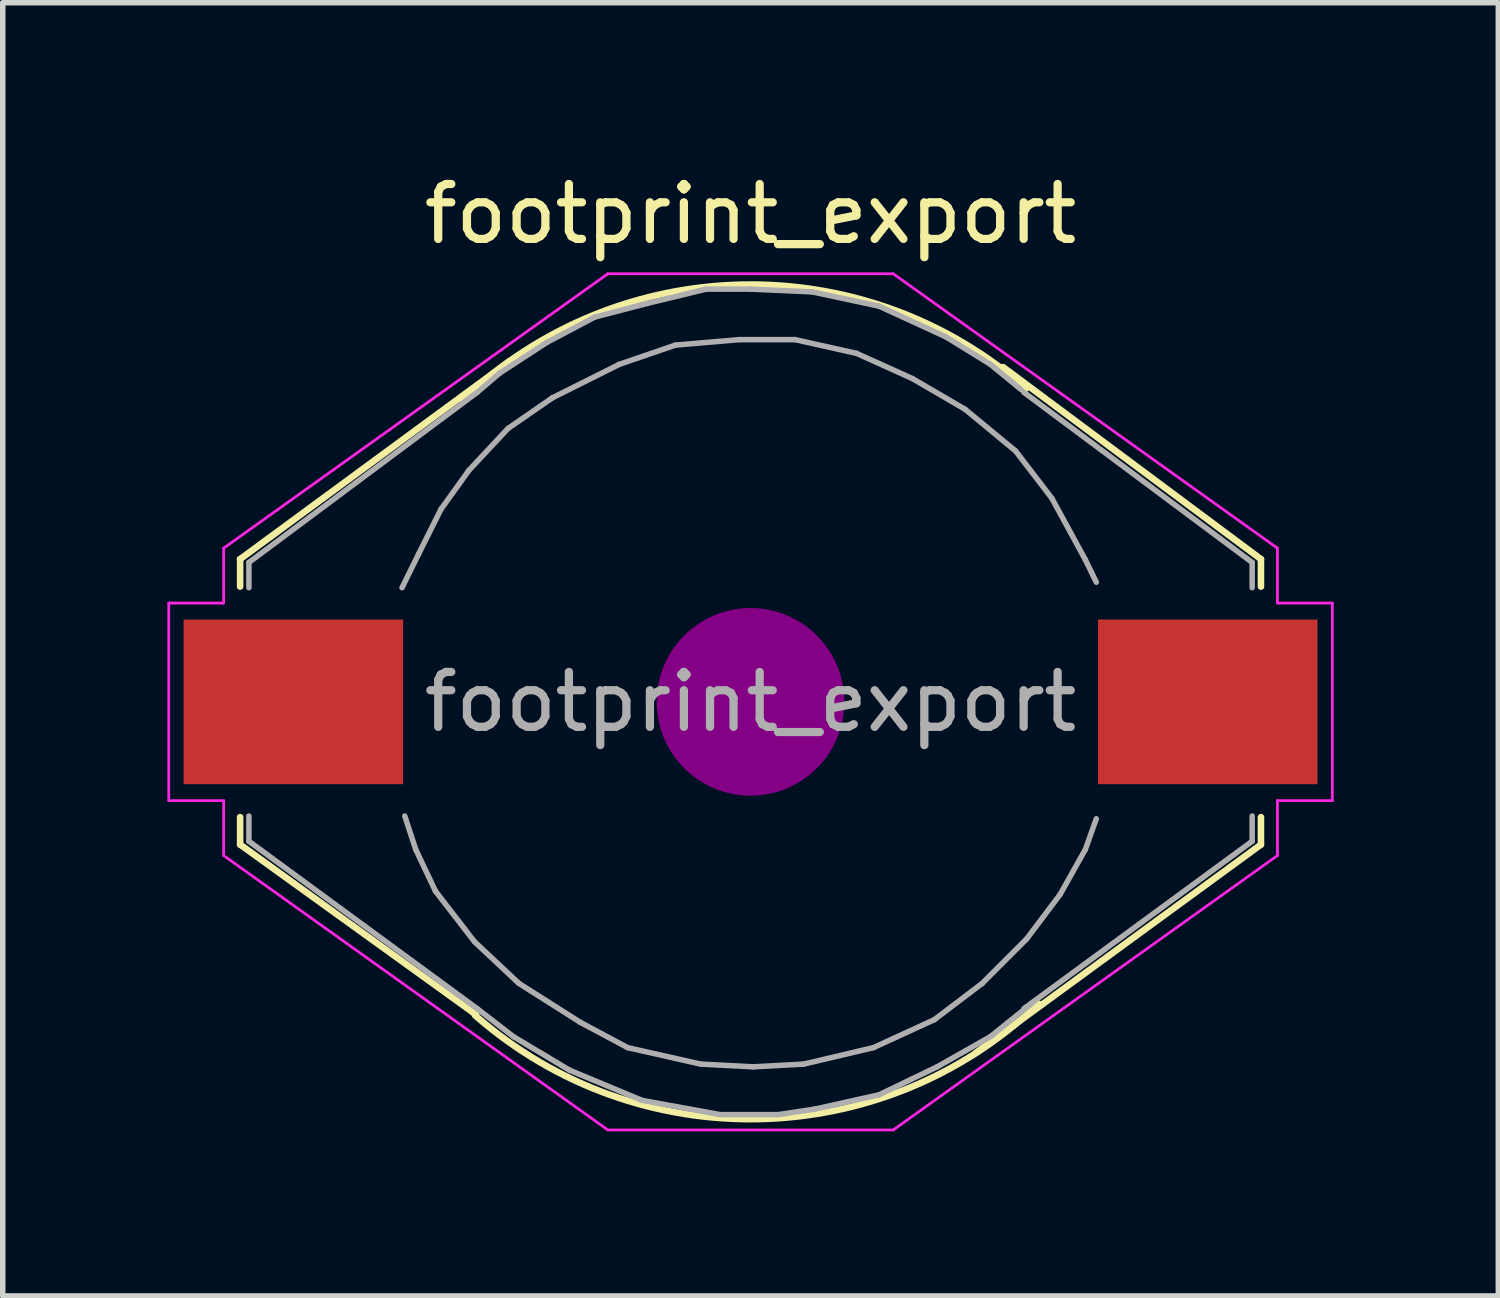
<source format=kicad_pcb>
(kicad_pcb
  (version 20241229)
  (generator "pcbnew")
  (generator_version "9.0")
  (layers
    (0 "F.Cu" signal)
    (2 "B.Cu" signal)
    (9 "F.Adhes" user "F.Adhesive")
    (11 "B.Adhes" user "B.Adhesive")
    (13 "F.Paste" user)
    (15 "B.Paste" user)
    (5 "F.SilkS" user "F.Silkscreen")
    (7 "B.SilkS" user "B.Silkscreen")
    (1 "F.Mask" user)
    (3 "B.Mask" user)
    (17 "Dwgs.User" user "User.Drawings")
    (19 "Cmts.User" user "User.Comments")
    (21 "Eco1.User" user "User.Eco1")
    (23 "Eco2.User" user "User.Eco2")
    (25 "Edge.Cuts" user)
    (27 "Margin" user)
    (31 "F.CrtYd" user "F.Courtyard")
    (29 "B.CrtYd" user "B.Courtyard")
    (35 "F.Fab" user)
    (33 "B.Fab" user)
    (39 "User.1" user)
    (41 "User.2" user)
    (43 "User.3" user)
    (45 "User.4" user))
  (footprint "footprint_export"
    (layer "F.Cu")
    (at 10.625 9.738)
    (property "Reference" "footprint_export" (at 0 -8.89 0) (layer "F.SilkS") (effects (font (size 1 1) (thickness 0.15))))
    (attr smd)
    (fp_line (start -9.3 -2.6) (end -9.3 -2.1) (stroke (width 0.12) (type solid)) (layer "F.SilkS"))
    (fp_line (start -9.3 -2.6) (end -4.4 -6.2) (stroke (width 0.12) (type solid)) (layer "F.SilkS"))
    (fp_line (start -9.3 2.6) (end -9.3 2.1) (stroke (width 0.12) (type solid)) (layer "F.SilkS"))
    (fp_line (start -5 5.7) (end -9.3 2.6) (stroke (width 0.12) (type solid)) (layer "F.SilkS"))
    (fp_line (start 4.1 6.4) (end 9.3 2.6) (stroke (width 0.12) (type solid)) (layer "F.SilkS"))
    (fp_line (start 4.6 -6.1) (end 9.3 -2.6) (stroke (width 0.12) (type solid)) (layer "F.SilkS"))
    (fp_line (start 9.3 -2.6) (end 9.3 -2.1) (stroke (width 0.12) (type solid)) (layer "F.SilkS"))
    (fp_line (start 9.3 2.6) (end 9.3 2.1) (stroke (width 0.12) (type solid)) (layer "F.SilkS"))
    (fp_arc (start -5.25 -5.5) (mid -0.15496 -7.601874) (end 5.021503 -5.709379) (stroke (width 0.12) (type solid)) (layer "F.SilkS"))
    (fp_arc (start 5.25 5.5) (mid 0.15496 7.601874) (end -5.021503 5.709379) (stroke (width 0.12) (type solid)) (layer "F.SilkS"))
    (fp_line (start 0 -0.25) (end 0 0.25) (stroke (width 0.38) (type solid)) (layer "F.Adhes"))
    (fp_circle (center 0 0) (end 0 0.25) (stroke (width 0.38) (type solid)) (fill no) (layer "F.Adhes"))
    (fp_circle (center 0 0) (end 0 0.51) (stroke (width 0.38) (type solid)) (fill no) (layer "F.Adhes"))
    (fp_circle (center 0 0) (end 0 0.76) (stroke (width 0.38) (type solid)) (fill no) (layer "F.Adhes"))
    (fp_circle (center 0 0) (end 0 1.02) (stroke (width 0.38) (type solid)) (fill no) (layer "F.Adhes"))
    (fp_circle (center 0 0) (end 0 1.27) (stroke (width 0.38) (type solid)) (fill no) (layer "F.Adhes"))
    (fp_circle (center 0 0) (end 0 1.52) (stroke (width 0.38) (type solid)) (fill no) (layer "F.Adhes"))
    (fp_line (start -10.6 -1.8) (end -9.6 -1.8) (stroke (width 0.05) (type solid)) (layer "F.CrtYd"))
    (fp_line (start -10.6 1.8) (end -10.6 -1.8) (stroke (width 0.05) (type solid)) (layer "F.CrtYd"))
    (fp_line (start -9.6 -2.8) (end -2.6 -7.8) (stroke (width 0.05) (type solid)) (layer "F.CrtYd"))
    (fp_line (start -9.6 -1.8) (end -9.6 -2.8) (stroke (width 0.05) (type solid)) (layer "F.CrtYd"))
    (fp_line (start -9.6 1.8) (end -10.6 1.8) (stroke (width 0.05) (type solid)) (layer "F.CrtYd"))
    (fp_line (start -9.6 2.8) (end -9.6 1.8) (stroke (width 0.05) (type solid)) (layer "F.CrtYd"))
    (fp_line (start -2.6 -7.8) (end 2.6 -7.8) (stroke (width 0.05) (type solid)) (layer "F.CrtYd"))
    (fp_line (start -2.6 7.8) (end -9.6 2.8) (stroke (width 0.05) (type solid)) (layer "F.CrtYd"))
    (fp_line (start 2.6 -7.8) (end 9.6 -2.8) (stroke (width 0.05) (type solid)) (layer "F.CrtYd"))
    (fp_line (start 2.6 7.8) (end -2.6 7.8) (stroke (width 0.05) (type solid)) (layer "F.CrtYd"))
    (fp_line (start 9.6 -2.8) (end 9.6 -1.8) (stroke (width 0.05) (type solid)) (layer "F.CrtYd"))
    (fp_line (start 9.6 -1.8) (end 10.6 -1.8) (stroke (width 0.05) (type solid)) (layer "F.CrtYd"))
    (fp_line (start 9.6 1.8) (end 9.6 2.8) (stroke (width 0.05) (type solid)) (layer "F.CrtYd"))
    (fp_line (start 9.6 2.8) (end 2.6 7.8) (stroke (width 0.05) (type solid)) (layer "F.CrtYd"))
    (fp_line (start 10.6 -1.8) (end 10.6 1.8) (stroke (width 0.05) (type solid)) (layer "F.CrtYd"))
    (fp_line (start 10.6 1.8) (end 9.6 1.8) (stroke (width 0.05) (type solid)) (layer "F.CrtYd"))
    (fp_line (start -9.14 -2.54) (end -4.98 -5.64) (stroke (width 0.1) (type solid)) (layer "F.Fab"))
    (fp_line (start -9.14 -2.08) (end -9.14 -2.54) (stroke (width 0.1) (type solid)) (layer "F.Fab"))
    (fp_line (start -9.14 2.08) (end -9.14 2.54) (stroke (width 0.1) (type solid)) (layer "F.Fab"))
    (fp_line (start -9.14 2.54) (end -4.98 5.59) (stroke (width 0.1) (type solid)) (layer "F.Fab"))
    (fp_line (start -6.35 -2.08) (end -6.05 -2.69) (stroke (width 0.1) (type solid)) (layer "F.Fab"))
    (fp_line (start -6.3 2.08) (end -6.1 2.69) (stroke (width 0.1) (type solid)) (layer "F.Fab"))
    (fp_line (start -6.1 2.69) (end -5.74 3.45) (stroke (width 0.1) (type solid)) (layer "F.Fab"))
    (fp_line (start -6.05 -2.69) (end -5.64 -3.51) (stroke (width 0.1) (type solid)) (layer "F.Fab"))
    (fp_line (start -5.74 3.45) (end -5.03 4.37) (stroke (width 0.1) (type solid)) (layer "F.Fab"))
    (fp_line (start -5.64 -3.51) (end -5.13 -4.22) (stroke (width 0.1) (type solid)) (layer "F.Fab"))
    (fp_line (start -5.13 -4.22) (end -4.42 -4.98) (stroke (width 0.1) (type solid)) (layer "F.Fab"))
    (fp_line (start -5.03 4.37) (end -4.22 5.13) (stroke (width 0.1) (type solid)) (layer "F.Fab"))
    (fp_line (start -4.98 -5.64) (end -4.57 -5.99) (stroke (width 0.1) (type solid)) (layer "F.Fab"))
    (fp_line (start -4.98 5.59) (end -4.32 6.1) (stroke (width 0.1) (type solid)) (layer "F.Fab"))
    (fp_line (start -4.57 -5.99) (end -3.71 -6.55) (stroke (width 0.1) (type solid)) (layer "F.Fab"))
    (fp_line (start -4.42 -4.98) (end -3.61 -5.54) (stroke (width 0.1) (type solid)) (layer "F.Fab"))
    (fp_line (start -4.32 6.1) (end -3.3 6.71) (stroke (width 0.1) (type solid)) (layer "F.Fab"))
    (fp_line (start -4.22 5.13) (end -3.1 5.84) (stroke (width 0.1) (type solid)) (layer "F.Fab"))
    (fp_line (start -3.71 -6.55) (end -2.84 -7.01) (stroke (width 0.1) (type solid)) (layer "F.Fab"))
    (fp_line (start -3.61 -5.54) (end -2.39 -6.15) (stroke (width 0.1) (type solid)) (layer "F.Fab"))
    (fp_line (start -3.3 6.71) (end -1.98 7.26) (stroke (width 0.1) (type solid)) (layer "F.Fab"))
    (fp_line (start -3.1 5.84) (end -2.24 6.3) (stroke (width 0.1) (type solid)) (layer "F.Fab"))
    (fp_line (start -2.84 -7.01) (end -1.88 -7.26) (stroke (width 0.1) (type solid)) (layer "F.Fab"))
    (fp_line (start -2.39 -6.15) (end -1.37 -6.5) (stroke (width 0.1) (type solid)) (layer "F.Fab"))
    (fp_line (start -2.24 6.3) (end -0.91 6.6) (stroke (width 0.1) (type solid)) (layer "F.Fab"))
    (fp_line (start -1.98 7.26) (end -0.56 7.52) (stroke (width 0.1) (type solid)) (layer "F.Fab"))
    (fp_line (start -1.88 -7.26) (end -0.81 -7.52) (stroke (width 0.1) (type solid)) (layer "F.Fab"))
    (fp_line (start -1.37 -6.5) (end -0.2 -6.6) (stroke (width 0.1) (type solid)) (layer "F.Fab"))
    (fp_line (start -0.91 6.6) (end 0.05 6.65) (stroke (width 0.1) (type solid)) (layer "F.Fab"))
    (fp_line (start -0.81 -7.52) (end 0 -7.52) (stroke (width 0.1) (type solid)) (layer "F.Fab"))
    (fp_line (start -0.56 7.52) (end 0.51 7.52) (stroke (width 0.1) (type solid)) (layer "F.Fab"))
    (fp_line (start -0.2 -6.6) (end 0.81 -6.6) (stroke (width 0.1) (type solid)) (layer "F.Fab"))
    (fp_line (start 0 -7.52) (end 1.12 -7.47) (stroke (width 0.1) (type solid)) (layer "F.Fab"))
    (fp_line (start 0.05 6.65) (end 0.97 6.6) (stroke (width 0.1) (type solid)) (layer "F.Fab"))
    (fp_line (start 0.51 7.52) (end 1.17 7.42) (stroke (width 0.1) (type solid)) (layer "F.Fab"))
    (fp_line (start 0.81 -6.6) (end 1.93 -6.35) (stroke (width 0.1) (type solid)) (layer "F.Fab"))
    (fp_line (start 0.97 6.6) (end 2.24 6.3) (stroke (width 0.1) (type solid)) (layer "F.Fab"))
    (fp_line (start 1.12 -7.47) (end 2.34 -7.21) (stroke (width 0.1) (type solid)) (layer "F.Fab"))
    (fp_line (start 1.17 7.42) (end 2.34 7.16) (stroke (width 0.1) (type solid)) (layer "F.Fab"))
    (fp_line (start 1.93 -6.35) (end 2.95 -5.89) (stroke (width 0.1) (type solid)) (layer "F.Fab"))
    (fp_line (start 2.24 6.3) (end 3.35 5.79) (stroke (width 0.1) (type solid)) (layer "F.Fab"))
    (fp_line (start 2.34 -7.21) (end 3.56 -6.65) (stroke (width 0.1) (type solid)) (layer "F.Fab"))
    (fp_line (start 2.34 7.16) (end 3.4 6.65) (stroke (width 0.1) (type solid)) (layer "F.Fab"))
    (fp_line (start 2.95 -5.89) (end 3.91 -5.33) (stroke (width 0.1) (type solid)) (layer "F.Fab"))
    (fp_line (start 3.35 5.79) (end 4.22 5.13) (stroke (width 0.1) (type solid)) (layer "F.Fab"))
    (fp_line (start 3.4 6.65) (end 4.37 6.1) (stroke (width 0.1) (type solid)) (layer "F.Fab"))
    (fp_line (start 3.56 -6.65) (end 4.37 -6.15) (stroke (width 0.1) (type solid)) (layer "F.Fab"))
    (fp_line (start 3.91 -5.33) (end 4.83 -4.57) (stroke (width 0.1) (type solid)) (layer "F.Fab"))
    (fp_line (start 4.22 5.13) (end 5.03 4.32) (stroke (width 0.1) (type solid)) (layer "F.Fab"))
    (fp_line (start 4.37 -6.15) (end 4.93 -5.69) (stroke (width 0.1) (type solid)) (layer "F.Fab"))
    (fp_line (start 4.37 6.1) (end 5.13 5.49) (stroke (width 0.1) (type solid)) (layer "F.Fab"))
    (fp_line (start 4.83 -4.57) (end 5.49 -3.71) (stroke (width 0.1) (type solid)) (layer "F.Fab"))
    (fp_line (start 5.03 4.32) (end 5.64 3.51) (stroke (width 0.1) (type solid)) (layer "F.Fab"))
    (fp_line (start 5.49 -3.71) (end 6.1 -2.59) (stroke (width 0.1) (type solid)) (layer "F.Fab"))
    (fp_line (start 5.64 3.51) (end 6.1 2.69) (stroke (width 0.1) (type solid)) (layer "F.Fab"))
    (fp_line (start 6.1 -2.59) (end 6.3 -2.18) (stroke (width 0.1) (type solid)) (layer "F.Fab"))
    (fp_line (start 6.1 2.69) (end 6.3 2.13) (stroke (width 0.1) (type solid)) (layer "F.Fab"))
    (fp_line (start 9.14 -2.54) (end 4.98 -5.64) (stroke (width 0.1) (type solid)) (layer "F.Fab"))
    (fp_line (start 9.14 -2.08) (end 9.14 -2.54) (stroke (width 0.1) (type solid)) (layer "F.Fab"))
    (fp_line (start 9.14 2.08) (end 9.14 2.54) (stroke (width 0.1) (type solid)) (layer "F.Fab"))
    (fp_line (start 9.14 2.54) (end 4.98 5.59) (stroke (width 0.1) (type solid)) (layer "F.Fab"))
    (fp_text user "${REFERENCE}" (at 0 0 0) (layer "F.Fab") (effects (font (size 1 1) (thickness 0.15))))
    (pad "1" smd rect (at 8.33 0) (size 4 3) (layers "F.Cu" "F.Mask" "F.Paste"))
    (pad "2" smd rect (at -8.33 0) (size 4 3) (layers "F.Cu" "F.Mask" "F.Paste")))
  (gr_rect
    (start -3 -3)
    (end 24.25 20.563)
    (stroke (width 0.1) (type default))
    (fill no)
    (layer "Edge.Cuts")))
</source>
